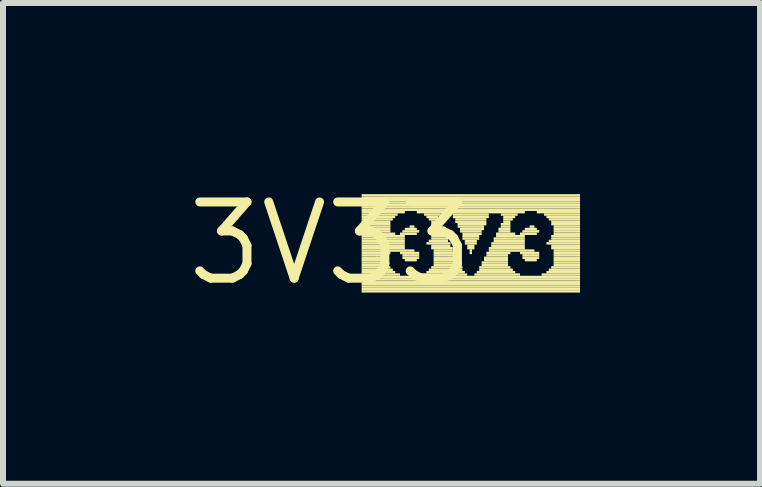
<source format=kicad_pcb>
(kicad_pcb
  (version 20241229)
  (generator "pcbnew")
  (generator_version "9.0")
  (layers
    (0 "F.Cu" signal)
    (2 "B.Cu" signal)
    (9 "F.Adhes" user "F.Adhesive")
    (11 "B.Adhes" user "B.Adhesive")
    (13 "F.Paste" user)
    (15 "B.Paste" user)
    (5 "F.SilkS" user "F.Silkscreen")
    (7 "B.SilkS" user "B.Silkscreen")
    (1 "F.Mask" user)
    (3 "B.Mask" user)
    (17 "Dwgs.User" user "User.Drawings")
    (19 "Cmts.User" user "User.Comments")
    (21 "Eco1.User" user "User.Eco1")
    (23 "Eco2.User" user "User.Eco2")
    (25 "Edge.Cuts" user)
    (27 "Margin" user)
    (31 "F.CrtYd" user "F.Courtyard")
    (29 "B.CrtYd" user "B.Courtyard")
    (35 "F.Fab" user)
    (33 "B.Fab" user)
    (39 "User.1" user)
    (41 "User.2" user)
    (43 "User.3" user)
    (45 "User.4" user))
  (footprint "3V33"
    (layer "F.Cu")
    (at 2.457 1.006)
    (property "Reference" "3V33" (at 0 0 0) (layer "F.SilkS") (effects (font (size 1.27 1.27) (thickness 0.15))))
    (attr through_hole)
    (fp_poly (pts (xy 0.52 -0.78) (xy 4.16 -0.78) (xy 4.16 -0.82) (xy 0.52 -0.82)) (stroke (width 0) (type solid)) (fill yes) (layer "F.SilkS"))
    (fp_poly (pts (xy 0.52 -0.74) (xy 4.16 -0.74) (xy 4.16 -0.78) (xy 0.52 -0.78)) (stroke (width 0) (type solid)) (fill yes) (layer "F.SilkS"))
    (fp_poly (pts (xy 0.52 -0.7) (xy 4.16 -0.7) (xy 4.16 -0.74) (xy 0.52 -0.74)) (stroke (width 0) (type solid)) (fill yes) (layer "F.SilkS"))
    (fp_poly (pts (xy 0.52 -0.66) (xy 4.16 -0.66) (xy 4.16 -0.7) (xy 0.52 -0.7)) (stroke (width 0) (type solid)) (fill yes) (layer "F.SilkS"))
    (fp_poly (pts (xy 0.52 -0.62) (xy 4.16 -0.62) (xy 4.16 -0.66) (xy 0.52 -0.66)) (stroke (width 0) (type solid)) (fill yes) (layer "F.SilkS"))
    (fp_poly (pts (xy 0.52 -0.58) (xy 4.16 -0.58) (xy 4.16 -0.62) (xy 0.52 -0.62)) (stroke (width 0) (type solid)) (fill yes) (layer "F.SilkS"))
    (fp_poly (pts (xy 0.52 -0.54) (xy 4.16 -0.54) (xy 4.16 -0.58) (xy 0.52 -0.58)) (stroke (width 0) (type solid)) (fill yes) (layer "F.SilkS"))
    (fp_poly (pts (xy 0.52 -0.5) (xy 1.24 -0.5) (xy 1.24 -0.54) (xy 0.52 -0.54)) (stroke (width 0) (type solid)) (fill yes) (layer "F.SilkS"))
    (fp_poly (pts (xy 0.52 -0.46) (xy 1.12 -0.46) (xy 1.12 -0.5) (xy 0.52 -0.5)) (stroke (width 0) (type solid)) (fill yes) (layer "F.SilkS"))
    (fp_poly (pts (xy 0.52 -0.42) (xy 1.08 -0.42) (xy 1.08 -0.46) (xy 0.52 -0.46)) (stroke (width 0) (type solid)) (fill yes) (layer "F.SilkS"))
    (fp_poly (pts (xy 0.52 -0.38) (xy 1.04 -0.38) (xy 1.04 -0.42) (xy 0.52 -0.42)) (stroke (width 0) (type solid)) (fill yes) (layer "F.SilkS"))
    (fp_poly (pts (xy 0.52 -0.34) (xy 1 -0.34) (xy 1 -0.38) (xy 0.52 -0.38)) (stroke (width 0) (type solid)) (fill yes) (layer "F.SilkS"))
    (fp_poly (pts (xy 0.52 -0.3) (xy 1 -0.3) (xy 1 -0.34) (xy 0.52 -0.34)) (stroke (width 0) (type solid)) (fill yes) (layer "F.SilkS"))
    (fp_poly (pts (xy 0.52 -0.26) (xy 1 -0.26) (xy 1 -0.3) (xy 0.52 -0.3)) (stroke (width 0) (type solid)) (fill yes) (layer "F.SilkS"))
    (fp_poly (pts (xy 0.52 -0.22) (xy 1 -0.22) (xy 1 -0.26) (xy 0.52 -0.26)) (stroke (width 0) (type solid)) (fill yes) (layer "F.SilkS"))
    (fp_poly (pts (xy 0.52 -0.18) (xy 1 -0.18) (xy 1 -0.22) (xy 0.52 -0.22)) (stroke (width 0) (type solid)) (fill yes) (layer "F.SilkS"))
    (fp_poly (pts (xy 0.52 -0.14) (xy 1.08 -0.14) (xy 1.08 -0.18) (xy 0.52 -0.18)) (stroke (width 0) (type solid)) (fill yes) (layer "F.SilkS"))
    (fp_poly (pts (xy 0.52 -0.1) (xy 1.24 -0.1) (xy 1.24 -0.14) (xy 0.52 -0.14)) (stroke (width 0) (type solid)) (fill yes) (layer "F.SilkS"))
    (fp_poly (pts (xy 0.52 -0.06) (xy 1.24 -0.06) (xy 1.24 -0.1) (xy 0.52 -0.1)) (stroke (width 0) (type solid)) (fill yes) (layer "F.SilkS"))
    (fp_poly (pts (xy 0.52 -0.02) (xy 1.24 -0.02) (xy 1.24 -0.06) (xy 0.52 -0.06)) (stroke (width 0) (type solid)) (fill yes) (layer "F.SilkS"))
    (fp_poly (pts (xy 0.52 0.02) (xy 1.24 0.02) (xy 1.24 -0.02) (xy 0.52 -0.02)) (stroke (width 0) (type solid)) (fill yes) (layer "F.SilkS"))
    (fp_poly (pts (xy 0.52 0.06) (xy 1.24 0.06) (xy 1.24 0.02) (xy 0.52 0.02)) (stroke (width 0) (type solid)) (fill yes) (layer "F.SilkS"))
    (fp_poly (pts (xy 0.52 0.1) (xy 1.24 0.1) (xy 1.24 0.06) (xy 0.52 0.06)) (stroke (width 0) (type solid)) (fill yes) (layer "F.SilkS"))
    (fp_poly (pts (xy 0.52 0.14) (xy 1.4 0.14) (xy 1.4 0.1) (xy 0.52 0.1)) (stroke (width 0) (type solid)) (fill yes) (layer "F.SilkS"))
    (fp_poly (pts (xy 0.52 0.18) (xy 1 0.18) (xy 1 0.14) (xy 0.52 0.14)) (stroke (width 0) (type solid)) (fill yes) (layer "F.SilkS"))
    (fp_poly (pts (xy 0.52 0.22) (xy 0.96 0.22) (xy 0.96 0.18) (xy 0.52 0.18)) (stroke (width 0) (type solid)) (fill yes) (layer "F.SilkS"))
    (fp_poly (pts (xy 0.52 0.26) (xy 0.96 0.26) (xy 0.96 0.22) (xy 0.52 0.22)) (stroke (width 0) (type solid)) (fill yes) (layer "F.SilkS"))
    (fp_poly (pts (xy 0.52 0.3) (xy 0.96 0.3) (xy 0.96 0.26) (xy 0.52 0.26)) (stroke (width 0) (type solid)) (fill yes) (layer "F.SilkS"))
    (fp_poly (pts (xy 0.52 0.34) (xy 0.96 0.34) (xy 0.96 0.3) (xy 0.52 0.3)) (stroke (width 0) (type solid)) (fill yes) (layer "F.SilkS"))
    (fp_poly (pts (xy 0.52 0.38) (xy 0.96 0.38) (xy 0.96 0.34) (xy 0.52 0.34)) (stroke (width 0) (type solid)) (fill yes) (layer "F.SilkS"))
    (fp_poly (pts (xy 0.52 0.42) (xy 1 0.42) (xy 1 0.38) (xy 0.52 0.38)) (stroke (width 0) (type solid)) (fill yes) (layer "F.SilkS"))
    (fp_poly (pts (xy 0.52 0.46) (xy 1.04 0.46) (xy 1.04 0.42) (xy 0.52 0.42)) (stroke (width 0) (type solid)) (fill yes) (layer "F.SilkS"))
    (fp_poly (pts (xy 0.52 0.5) (xy 1.08 0.5) (xy 1.08 0.46) (xy 0.52 0.46)) (stroke (width 0) (type solid)) (fill yes) (layer "F.SilkS"))
    (fp_poly (pts (xy 0.52 0.54) (xy 1.16 0.54) (xy 1.16 0.5) (xy 0.52 0.5)) (stroke (width 0) (type solid)) (fill yes) (layer "F.SilkS"))
    (fp_poly (pts (xy 0.52 0.58) (xy 4.16 0.58) (xy 4.16 0.54) (xy 0.52 0.54)) (stroke (width 0) (type solid)) (fill yes) (layer "F.SilkS"))
    (fp_poly (pts (xy 0.52 0.62) (xy 4.16 0.62) (xy 4.16 0.58) (xy 0.52 0.58)) (stroke (width 0) (type solid)) (fill yes) (layer "F.SilkS"))
    (fp_poly (pts (xy 0.52 0.66) (xy 4.16 0.66) (xy 4.16 0.62) (xy 0.52 0.62)) (stroke (width 0) (type solid)) (fill yes) (layer "F.SilkS"))
    (fp_poly (pts (xy 0.52 0.7) (xy 4.16 0.7) (xy 4.16 0.66) (xy 0.52 0.66)) (stroke (width 0) (type solid)) (fill yes) (layer "F.SilkS"))
    (fp_poly (pts (xy 0.52 0.74) (xy 4.16 0.74) (xy 4.16 0.7) (xy 0.52 0.7)) (stroke (width 0) (type solid)) (fill yes) (layer "F.SilkS"))
    (fp_poly (pts (xy 0.52 0.78) (xy 4.16 0.78) (xy 4.16 0.74) (xy 0.52 0.74)) (stroke (width 0) (type solid)) (fill yes) (layer "F.SilkS"))
    (fp_poly (pts (xy 0.52 0.82) (xy 4.16 0.82) (xy 4.16 0.78) (xy 0.52 0.78)) (stroke (width 0) (type solid)) (fill yes) (layer "F.SilkS"))
    (fp_poly (pts (xy 1.16 -0.14) (xy 1.44 -0.14) (xy 1.44 -0.18) (xy 1.16 -0.18)) (stroke (width 0) (type solid)) (fill yes) (layer "F.SilkS"))
    (fp_poly (pts (xy 1.16 0.18) (xy 1.48 0.18) (xy 1.48 0.14) (xy 1.16 0.14)) (stroke (width 0) (type solid)) (fill yes) (layer "F.SilkS"))
    (fp_poly (pts (xy 1.2 -0.18) (xy 1.48 -0.18) (xy 1.48 -0.22) (xy 1.2 -0.22)) (stroke (width 0) (type solid)) (fill yes) (layer "F.SilkS"))
    (fp_poly (pts (xy 1.2 0.22) (xy 1.48 0.22) (xy 1.48 0.18) (xy 1.2 0.18)) (stroke (width 0) (type solid)) (fill yes) (layer "F.SilkS"))
    (fp_poly (pts (xy 1.2 0.26) (xy 1.48 0.26) (xy 1.48 0.22) (xy 1.2 0.22)) (stroke (width 0) (type solid)) (fill yes) (layer "F.SilkS"))
    (fp_poly (pts (xy 1.24 -0.22) (xy 1.44 -0.22) (xy 1.44 -0.26) (xy 1.24 -0.26)) (stroke (width 0) (type solid)) (fill yes) (layer "F.SilkS"))
    (fp_poly (pts (xy 1.24 0.3) (xy 1.44 0.3) (xy 1.44 0.26) (xy 1.24 0.26)) (stroke (width 0) (type solid)) (fill yes) (layer "F.SilkS"))
    (fp_poly (pts (xy 1.32 -0.26) (xy 1.4 -0.26) (xy 1.4 -0.3) (xy 1.32 -0.3)) (stroke (width 0) (type solid)) (fill yes) (layer "F.SilkS"))
    (fp_poly (pts (xy 1.44 -0.5) (xy 3.24 -0.5) (xy 3.24 -0.54) (xy 1.44 -0.54)) (stroke (width 0) (type solid)) (fill yes) (layer "F.SilkS"))
    (fp_poly (pts (xy 1.52 0.54) (xy 2.28 0.54) (xy 2.28 0.5) (xy 1.52 0.5)) (stroke (width 0) (type solid)) (fill yes) (layer "F.SilkS"))
    (fp_poly (pts (xy 1.56 -0.46) (xy 1.84 -0.46) (xy 1.84 -0.5) (xy 1.56 -0.5)) (stroke (width 0) (type solid)) (fill yes) (layer "F.SilkS"))
    (fp_poly (pts (xy 1.6 -0.42) (xy 1.8 -0.42) (xy 1.8 -0.46) (xy 1.6 -0.46)) (stroke (width 0) (type solid)) (fill yes) (layer "F.SilkS"))
    (fp_poly (pts (xy 1.6 0.02) (xy 2 0.02) (xy 2 -0.02) (xy 1.6 -0.02)) (stroke (width 0) (type solid)) (fill yes) (layer "F.SilkS"))
    (fp_poly (pts (xy 1.6 0.5) (xy 2.24 0.5) (xy 2.24 0.46) (xy 1.6 0.46)) (stroke (width 0) (type solid)) (fill yes) (layer "F.SilkS"))
    (fp_poly (pts (xy 1.64 -0.38) (xy 1.8 -0.38) (xy 1.8 -0.42) (xy 1.64 -0.42)) (stroke (width 0) (type solid)) (fill yes) (layer "F.SilkS"))
    (fp_poly (pts (xy 1.64 -0.02) (xy 1.96 -0.02) (xy 1.96 -0.06) (xy 1.64 -0.06)) (stroke (width 0) (type solid)) (fill yes) (layer "F.SilkS"))
    (fp_poly (pts (xy 1.64 0.46) (xy 2.2 0.46) (xy 2.2 0.42) (xy 1.64 0.42)) (stroke (width 0) (type solid)) (fill yes) (layer "F.SilkS"))
    (fp_poly (pts (xy 1.68 -0.34) (xy 1.8 -0.34) (xy 1.8 -0.38) (xy 1.68 -0.38)) (stroke (width 0) (type solid)) (fill yes) (layer "F.SilkS"))
    (fp_poly (pts (xy 1.68 -0.3) (xy 1.84 -0.3) (xy 1.84 -0.34) (xy 1.68 -0.34)) (stroke (width 0) (type solid)) (fill yes) (layer "F.SilkS"))
    (fp_poly (pts (xy 1.68 -0.1) (xy 1.92 -0.1) (xy 1.92 -0.14) (xy 1.68 -0.14)) (stroke (width 0) (type solid)) (fill yes) (layer "F.SilkS"))
    (fp_poly (pts (xy 1.68 -0.06) (xy 1.96 -0.06) (xy 1.96 -0.1) (xy 1.68 -0.1)) (stroke (width 0) (type solid)) (fill yes) (layer "F.SilkS"))
    (fp_poly (pts (xy 1.68 0.06) (xy 2 0.06) (xy 2 0.02) (xy 1.68 0.02)) (stroke (width 0) (type solid)) (fill yes) (layer "F.SilkS"))
    (fp_poly (pts (xy 1.68 0.1) (xy 2.04 0.1) (xy 2.04 0.06) (xy 1.68 0.06)) (stroke (width 0) (type solid)) (fill yes) (layer "F.SilkS"))
    (fp_poly (pts (xy 1.68 0.42) (xy 2.2 0.42) (xy 2.2 0.38) (xy 1.68 0.38)) (stroke (width 0) (type solid)) (fill yes) (layer "F.SilkS"))
    (fp_poly (pts (xy 1.72 -0.26) (xy 1.84 -0.26) (xy 1.84 -0.3) (xy 1.72 -0.3)) (stroke (width 0) (type solid)) (fill yes) (layer "F.SilkS"))
    (fp_poly (pts (xy 1.72 -0.22) (xy 1.88 -0.22) (xy 1.88 -0.26) (xy 1.72 -0.26)) (stroke (width 0) (type solid)) (fill yes) (layer "F.SilkS"))
    (fp_poly (pts (xy 1.72 -0.18) (xy 1.88 -0.18) (xy 1.88 -0.22) (xy 1.72 -0.22)) (stroke (width 0) (type solid)) (fill yes) (layer "F.SilkS"))
    (fp_poly (pts (xy 1.72 -0.14) (xy 1.92 -0.14) (xy 1.92 -0.18) (xy 1.72 -0.18)) (stroke (width 0) (type solid)) (fill yes) (layer "F.SilkS"))
    (fp_poly (pts (xy 1.72 0.14) (xy 2.04 0.14) (xy 2.04 0.1) (xy 1.72 0.1)) (stroke (width 0) (type solid)) (fill yes) (layer "F.SilkS"))
    (fp_poly (pts (xy 1.72 0.18) (xy 2.08 0.18) (xy 2.08 0.14) (xy 1.72 0.14)) (stroke (width 0) (type solid)) (fill yes) (layer "F.SilkS"))
    (fp_poly (pts (xy 1.72 0.22) (xy 2.08 0.22) (xy 2.08 0.18) (xy 1.72 0.18)) (stroke (width 0) (type solid)) (fill yes) (layer "F.SilkS"))
    (fp_poly (pts (xy 1.72 0.26) (xy 2.12 0.26) (xy 2.12 0.22) (xy 1.72 0.22)) (stroke (width 0) (type solid)) (fill yes) (layer "F.SilkS"))
    (fp_poly (pts (xy 1.72 0.3) (xy 2.12 0.3) (xy 2.12 0.26) (xy 1.72 0.26)) (stroke (width 0) (type solid)) (fill yes) (layer "F.SilkS"))
    (fp_poly (pts (xy 1.72 0.34) (xy 2.16 0.34) (xy 2.16 0.3) (xy 1.72 0.3)) (stroke (width 0) (type solid)) (fill yes) (layer "F.SilkS"))
    (fp_poly (pts (xy 1.72 0.38) (xy 2.16 0.38) (xy 2.16 0.34) (xy 1.72 0.34)) (stroke (width 0) (type solid)) (fill yes) (layer "F.SilkS"))
    (fp_poly (pts (xy 2.04 -0.46) (xy 2.64 -0.46) (xy 2.64 -0.5) (xy 2.04 -0.5)) (stroke (width 0) (type solid)) (fill yes) (layer "F.SilkS"))
    (fp_poly (pts (xy 2.04 -0.42) (xy 2.64 -0.42) (xy 2.64 -0.46) (xy 2.04 -0.46)) (stroke (width 0) (type solid)) (fill yes) (layer "F.SilkS"))
    (fp_poly (pts (xy 2.08 -0.38) (xy 2.6 -0.38) (xy 2.6 -0.42) (xy 2.08 -0.42)) (stroke (width 0) (type solid)) (fill yes) (layer "F.SilkS"))
    (fp_poly (pts (xy 2.08 -0.34) (xy 2.6 -0.34) (xy 2.6 -0.38) (xy 2.08 -0.38)) (stroke (width 0) (type solid)) (fill yes) (layer "F.SilkS"))
    (fp_poly (pts (xy 2.12 -0.3) (xy 2.6 -0.3) (xy 2.6 -0.34) (xy 2.12 -0.34)) (stroke (width 0) (type solid)) (fill yes) (layer "F.SilkS"))
    (fp_poly (pts (xy 2.12 -0.26) (xy 2.56 -0.26) (xy 2.56 -0.3) (xy 2.12 -0.3)) (stroke (width 0) (type solid)) (fill yes) (layer "F.SilkS"))
    (fp_poly (pts (xy 2.16 -0.22) (xy 2.56 -0.22) (xy 2.56 -0.26) (xy 2.16 -0.26)) (stroke (width 0) (type solid)) (fill yes) (layer "F.SilkS"))
    (fp_poly (pts (xy 2.16 -0.18) (xy 2.52 -0.18) (xy 2.52 -0.22) (xy 2.16 -0.22)) (stroke (width 0) (type solid)) (fill yes) (layer "F.SilkS"))
    (fp_poly (pts (xy 2.2 -0.14) (xy 2.52 -0.14) (xy 2.52 -0.18) (xy 2.2 -0.18)) (stroke (width 0) (type solid)) (fill yes) (layer "F.SilkS"))
    (fp_poly (pts (xy 2.2 -0.1) (xy 2.48 -0.1) (xy 2.48 -0.14) (xy 2.2 -0.14)) (stroke (width 0) (type solid)) (fill yes) (layer "F.SilkS"))
    (fp_poly (pts (xy 2.2 -0.06) (xy 2.48 -0.06) (xy 2.48 -0.1) (xy 2.2 -0.1)) (stroke (width 0) (type solid)) (fill yes) (layer "F.SilkS"))
    (fp_poly (pts (xy 2.24 -0.02) (xy 2.44 -0.02) (xy 2.44 -0.06) (xy 2.24 -0.06)) (stroke (width 0) (type solid)) (fill yes) (layer "F.SilkS"))
    (fp_poly (pts (xy 2.24 0.02) (xy 2.44 0.02) (xy 2.44 -0.02) (xy 2.24 -0.02)) (stroke (width 0) (type solid)) (fill yes) (layer "F.SilkS"))
    (fp_poly (pts (xy 2.28 0.06) (xy 2.4 0.06) (xy 2.4 0.02) (xy 2.28 0.02)) (stroke (width 0) (type solid)) (fill yes) (layer "F.SilkS"))
    (fp_poly (pts (xy 2.28 0.1) (xy 2.4 0.1) (xy 2.4 0.06) (xy 2.28 0.06)) (stroke (width 0) (type solid)) (fill yes) (layer "F.SilkS"))
    (fp_poly (pts (xy 2.32 0.14) (xy 2.36 0.14) (xy 2.36 0.1) (xy 2.32 0.1)) (stroke (width 0) (type solid)) (fill yes) (layer "F.SilkS"))
    (fp_poly (pts (xy 2.32 0.18) (xy 2.36 0.18) (xy 2.36 0.14) (xy 2.32 0.14)) (stroke (width 0) (type solid)) (fill yes) (layer "F.SilkS"))
    (fp_poly (pts (xy 2.4 0.54) (xy 3.16 0.54) (xy 3.16 0.5) (xy 2.4 0.5)) (stroke (width 0) (type solid)) (fill yes) (layer "F.SilkS"))
    (fp_poly (pts (xy 2.44 0.5) (xy 3.08 0.5) (xy 3.08 0.46) (xy 2.44 0.46)) (stroke (width 0) (type solid)) (fill yes) (layer "F.SilkS"))
    (fp_poly (pts (xy 2.48 0.42) (xy 3 0.42) (xy 3 0.38) (xy 2.48 0.38)) (stroke (width 0) (type solid)) (fill yes) (layer "F.SilkS"))
    (fp_poly (pts (xy 2.48 0.46) (xy 3.04 0.46) (xy 3.04 0.42) (xy 2.48 0.42)) (stroke (width 0) (type solid)) (fill yes) (layer "F.SilkS"))
    (fp_poly (pts (xy 2.52 0.34) (xy 2.96 0.34) (xy 2.96 0.3) (xy 2.52 0.3)) (stroke (width 0) (type solid)) (fill yes) (layer "F.SilkS"))
    (fp_poly (pts (xy 2.52 0.38) (xy 2.96 0.38) (xy 2.96 0.34) (xy 2.52 0.34)) (stroke (width 0) (type solid)) (fill yes) (layer "F.SilkS"))
    (fp_poly (pts (xy 2.56 0.26) (xy 2.96 0.26) (xy 2.96 0.22) (xy 2.56 0.22)) (stroke (width 0) (type solid)) (fill yes) (layer "F.SilkS"))
    (fp_poly (pts (xy 2.56 0.3) (xy 2.96 0.3) (xy 2.96 0.26) (xy 2.56 0.26)) (stroke (width 0) (type solid)) (fill yes) (layer "F.SilkS"))
    (fp_poly (pts (xy 2.6 0.18) (xy 3 0.18) (xy 3 0.14) (xy 2.6 0.14)) (stroke (width 0) (type solid)) (fill yes) (layer "F.SilkS"))
    (fp_poly (pts (xy 2.6 0.22) (xy 2.96 0.22) (xy 2.96 0.18) (xy 2.6 0.18)) (stroke (width 0) (type solid)) (fill yes) (layer "F.SilkS"))
    (fp_poly (pts (xy 2.64 0.1) (xy 3.24 0.1) (xy 3.24 0.06) (xy 2.64 0.06)) (stroke (width 0) (type solid)) (fill yes) (layer "F.SilkS"))
    (fp_poly (pts (xy 2.64 0.14) (xy 3.4 0.14) (xy 3.4 0.1) (xy 2.64 0.1)) (stroke (width 0) (type solid)) (fill yes) (layer "F.SilkS"))
    (fp_poly (pts (xy 2.68 0.02) (xy 3.24 0.02) (xy 3.24 -0.02) (xy 2.68 -0.02)) (stroke (width 0) (type solid)) (fill yes) (layer "F.SilkS"))
    (fp_poly (pts (xy 2.68 0.06) (xy 3.24 0.06) (xy 3.24 0.02) (xy 2.68 0.02)) (stroke (width 0) (type solid)) (fill yes) (layer "F.SilkS"))
    (fp_poly (pts (xy 2.72 -0.06) (xy 3.24 -0.06) (xy 3.24 -0.1) (xy 2.72 -0.1)) (stroke (width 0) (type solid)) (fill yes) (layer "F.SilkS"))
    (fp_poly (pts (xy 2.72 -0.02) (xy 3.24 -0.02) (xy 3.24 -0.06) (xy 2.72 -0.06)) (stroke (width 0) (type solid)) (fill yes) (layer "F.SilkS"))
    (fp_poly (pts (xy 2.76 -0.14) (xy 3.08 -0.14) (xy 3.08 -0.18) (xy 2.76 -0.18)) (stroke (width 0) (type solid)) (fill yes) (layer "F.SilkS"))
    (fp_poly (pts (xy 2.76 -0.1) (xy 3.24 -0.1) (xy 3.24 -0.14) (xy 2.76 -0.14)) (stroke (width 0) (type solid)) (fill yes) (layer "F.SilkS"))
    (fp_poly (pts (xy 2.8 -0.22) (xy 3 -0.22) (xy 3 -0.26) (xy 2.8 -0.26)) (stroke (width 0) (type solid)) (fill yes) (layer "F.SilkS"))
    (fp_poly (pts (xy 2.8 -0.18) (xy 3 -0.18) (xy 3 -0.22) (xy 2.8 -0.22)) (stroke (width 0) (type solid)) (fill yes) (layer "F.SilkS"))
    (fp_poly (pts (xy 2.84 -0.46) (xy 3.12 -0.46) (xy 3.12 -0.5) (xy 2.84 -0.5)) (stroke (width 0) (type solid)) (fill yes) (layer "F.SilkS"))
    (fp_poly (pts (xy 2.84 -0.3) (xy 3 -0.3) (xy 3 -0.34) (xy 2.84 -0.34)) (stroke (width 0) (type solid)) (fill yes) (layer "F.SilkS"))
    (fp_poly (pts (xy 2.84 -0.26) (xy 3 -0.26) (xy 3 -0.3) (xy 2.84 -0.3)) (stroke (width 0) (type solid)) (fill yes) (layer "F.SilkS"))
    (fp_poly (pts (xy 2.88 -0.42) (xy 3.08 -0.42) (xy 3.08 -0.46) (xy 2.88 -0.46)) (stroke (width 0) (type solid)) (fill yes) (layer "F.SilkS"))
    (fp_poly (pts (xy 2.88 -0.38) (xy 3.04 -0.38) (xy 3.04 -0.42) (xy 2.88 -0.42)) (stroke (width 0) (type solid)) (fill yes) (layer "F.SilkS"))
    (fp_poly (pts (xy 2.88 -0.34) (xy 3 -0.34) (xy 3 -0.38) (xy 2.88 -0.38)) (stroke (width 0) (type solid)) (fill yes) (layer "F.SilkS"))
    (fp_poly (pts (xy 3.16 -0.14) (xy 3.44 -0.14) (xy 3.44 -0.18) (xy 3.16 -0.18)) (stroke (width 0) (type solid)) (fill yes) (layer "F.SilkS"))
    (fp_poly (pts (xy 3.16 0.18) (xy 3.48 0.18) (xy 3.48 0.14) (xy 3.16 0.14)) (stroke (width 0) (type solid)) (fill yes) (layer "F.SilkS"))
    (fp_poly (pts (xy 3.2 -0.18) (xy 3.48 -0.18) (xy 3.48 -0.22) (xy 3.2 -0.22)) (stroke (width 0) (type solid)) (fill yes) (layer "F.SilkS"))
    (fp_poly (pts (xy 3.2 0.22) (xy 3.48 0.22) (xy 3.48 0.18) (xy 3.2 0.18)) (stroke (width 0) (type solid)) (fill yes) (layer "F.SilkS"))
    (fp_poly (pts (xy 3.2 0.26) (xy 3.48 0.26) (xy 3.48 0.22) (xy 3.2 0.22)) (stroke (width 0) (type solid)) (fill yes) (layer "F.SilkS"))
    (fp_poly (pts (xy 3.24 -0.22) (xy 3.44 -0.22) (xy 3.44 -0.26) (xy 3.24 -0.26)) (stroke (width 0) (type solid)) (fill yes) (layer "F.SilkS"))
    (fp_poly (pts (xy 3.24 0.3) (xy 3.44 0.3) (xy 3.44 0.26) (xy 3.24 0.26)) (stroke (width 0) (type solid)) (fill yes) (layer "F.SilkS"))
    (fp_poly (pts (xy 3.32 -0.26) (xy 3.4 -0.26) (xy 3.4 -0.3) (xy 3.32 -0.3)) (stroke (width 0) (type solid)) (fill yes) (layer "F.SilkS"))
    (fp_poly (pts (xy 3.44 -0.5) (xy 4.16 -0.5) (xy 4.16 -0.54) (xy 3.44 -0.54)) (stroke (width 0) (type solid)) (fill yes) (layer "F.SilkS"))
    (fp_poly (pts (xy 3.52 0.54) (xy 4.16 0.54) (xy 4.16 0.5) (xy 3.52 0.5)) (stroke (width 0) (type solid)) (fill yes) (layer "F.SilkS"))
    (fp_poly (pts (xy 3.56 -0.46) (xy 4.16 -0.46) (xy 4.16 -0.5) (xy 3.56 -0.5)) (stroke (width 0) (type solid)) (fill yes) (layer "F.SilkS"))
    (fp_poly (pts (xy 3.6 -0.42) (xy 4.16 -0.42) (xy 4.16 -0.46) (xy 3.6 -0.46)) (stroke (width 0) (type solid)) (fill yes) (layer "F.SilkS"))
    (fp_poly (pts (xy 3.6 0.02) (xy 4.16 0.02) (xy 4.16 -0.02) (xy 3.6 -0.02)) (stroke (width 0) (type solid)) (fill yes) (layer "F.SilkS"))
    (fp_poly (pts (xy 3.6 0.5) (xy 4.16 0.5) (xy 4.16 0.46) (xy 3.6 0.46)) (stroke (width 0) (type solid)) (fill yes) (layer "F.SilkS"))
    (fp_poly (pts (xy 3.64 -0.38) (xy 4.16 -0.38) (xy 4.16 -0.42) (xy 3.64 -0.42)) (stroke (width 0) (type solid)) (fill yes) (layer "F.SilkS"))
    (fp_poly (pts (xy 3.64 -0.02) (xy 4.16 -0.02) (xy 4.16 -0.06) (xy 3.64 -0.06)) (stroke (width 0) (type solid)) (fill yes) (layer "F.SilkS"))
    (fp_poly (pts (xy 3.64 0.46) (xy 4.16 0.46) (xy 4.16 0.42) (xy 3.64 0.42)) (stroke (width 0) (type solid)) (fill yes) (layer "F.SilkS"))
    (fp_poly (pts (xy 3.68 -0.34) (xy 4.16 -0.34) (xy 4.16 -0.38) (xy 3.68 -0.38)) (stroke (width 0) (type solid)) (fill yes) (layer "F.SilkS"))
    (fp_poly (pts (xy 3.68 -0.3) (xy 4.16 -0.3) (xy 4.16 -0.34) (xy 3.68 -0.34)) (stroke (width 0) (type solid)) (fill yes) (layer "F.SilkS"))
    (fp_poly (pts (xy 3.68 -0.1) (xy 4.16 -0.1) (xy 4.16 -0.14) (xy 3.68 -0.14)) (stroke (width 0) (type solid)) (fill yes) (layer "F.SilkS"))
    (fp_poly (pts (xy 3.68 -0.06) (xy 4.16 -0.06) (xy 4.16 -0.1) (xy 3.68 -0.1)) (stroke (width 0) (type solid)) (fill yes) (layer "F.SilkS"))
    (fp_poly (pts (xy 3.68 0.06) (xy 4.16 0.06) (xy 4.16 0.02) (xy 3.68 0.02)) (stroke (width 0) (type solid)) (fill yes) (layer "F.SilkS"))
    (fp_poly (pts (xy 3.68 0.1) (xy 4.16 0.1) (xy 4.16 0.06) (xy 3.68 0.06)) (stroke (width 0) (type solid)) (fill yes) (layer "F.SilkS"))
    (fp_poly (pts (xy 3.68 0.42) (xy 4.16 0.42) (xy 4.16 0.38) (xy 3.68 0.38)) (stroke (width 0) (type solid)) (fill yes) (layer "F.SilkS"))
    (fp_poly (pts (xy 3.72 -0.26) (xy 4.16 -0.26) (xy 4.16 -0.3) (xy 3.72 -0.3)) (stroke (width 0) (type solid)) (fill yes) (layer "F.SilkS"))
    (fp_poly (pts (xy 3.72 -0.22) (xy 4.16 -0.22) (xy 4.16 -0.26) (xy 3.72 -0.26)) (stroke (width 0) (type solid)) (fill yes) (layer "F.SilkS"))
    (fp_poly (pts (xy 3.72 -0.18) (xy 4.16 -0.18) (xy 4.16 -0.22) (xy 3.72 -0.22)) (stroke (width 0) (type solid)) (fill yes) (layer "F.SilkS"))
    (fp_poly (pts (xy 3.72 -0.14) (xy 4.16 -0.14) (xy 4.16 -0.18) (xy 3.72 -0.18)) (stroke (width 0) (type solid)) (fill yes) (layer "F.SilkS"))
    (fp_poly (pts (xy 3.72 0.14) (xy 4.16 0.14) (xy 4.16 0.1) (xy 3.72 0.1)) (stroke (width 0) (type solid)) (fill yes) (layer "F.SilkS"))
    (fp_poly (pts (xy 3.72 0.18) (xy 4.16 0.18) (xy 4.16 0.14) (xy 3.72 0.14)) (stroke (width 0) (type solid)) (fill yes) (layer "F.SilkS"))
    (fp_poly (pts (xy 3.72 0.22) (xy 4.16 0.22) (xy 4.16 0.18) (xy 3.72 0.18)) (stroke (width 0) (type solid)) (fill yes) (layer "F.SilkS"))
    (fp_poly (pts (xy 3.72 0.26) (xy 4.16 0.26) (xy 4.16 0.22) (xy 3.72 0.22)) (stroke (width 0) (type solid)) (fill yes) (layer "F.SilkS"))
    (fp_poly (pts (xy 3.72 0.3) (xy 4.16 0.3) (xy 4.16 0.26) (xy 3.72 0.26)) (stroke (width 0) (type solid)) (fill yes) (layer "F.SilkS"))
    (fp_poly (pts (xy 3.72 0.34) (xy 4.16 0.34) (xy 4.16 0.3) (xy 3.72 0.3)) (stroke (width 0) (type solid)) (fill yes) (layer "F.SilkS"))
    (fp_poly (pts (xy 3.72 0.38) (xy 4.16 0.38) (xy 4.16 0.34) (xy 3.72 0.34)) (stroke (width 0) (type solid)) (fill yes) (layer "F.SilkS")))
  (gr_rect
    (start -3 -3)
    (end 9.617 5.012)
    (stroke (width 0.1) (type default))
    (fill no)
    (layer "Edge.Cuts")))
</source>
